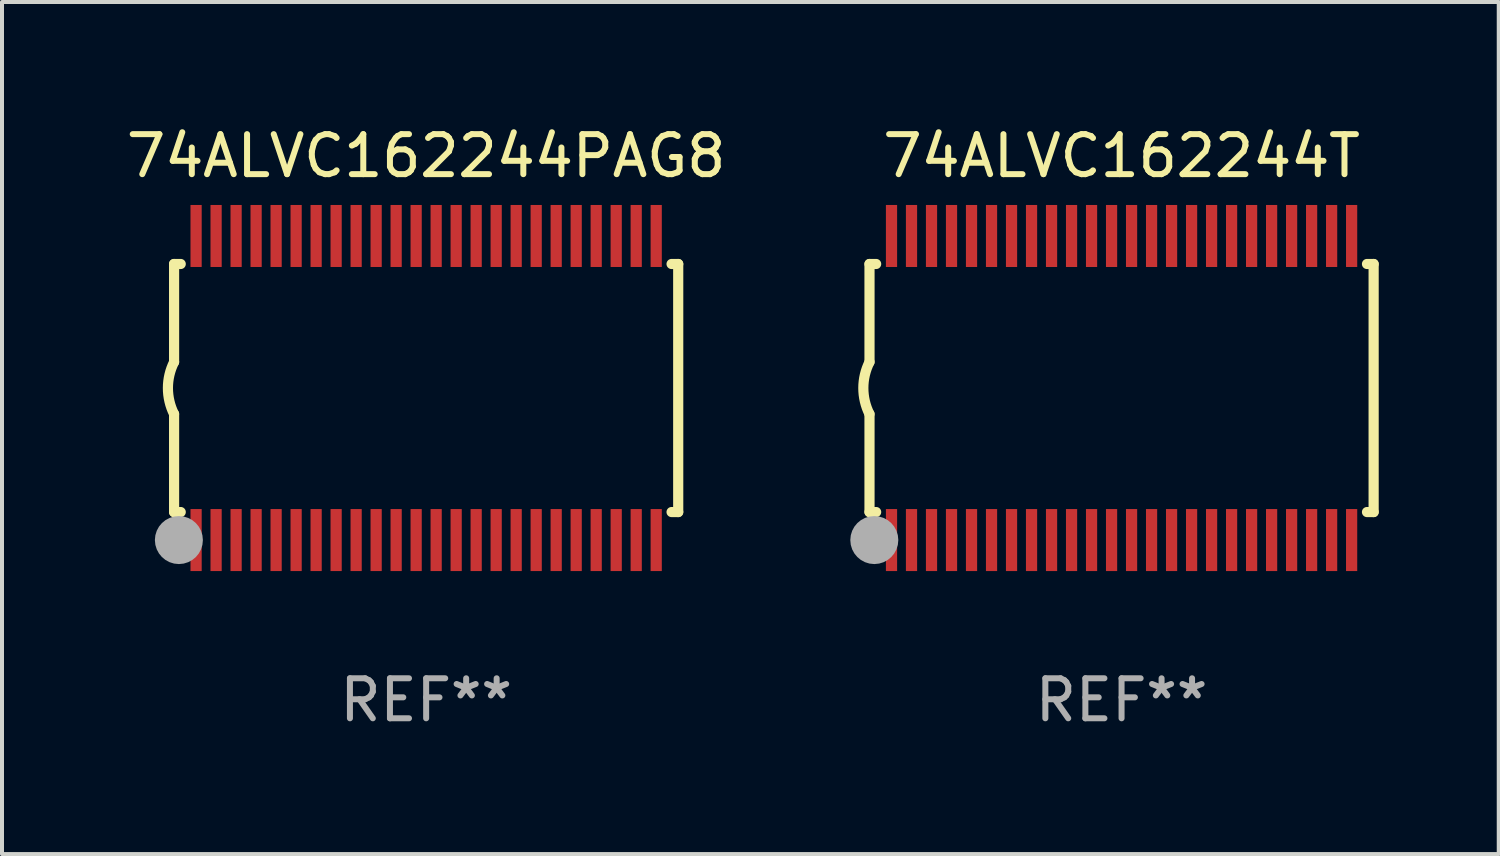
<source format=kicad_pcb>
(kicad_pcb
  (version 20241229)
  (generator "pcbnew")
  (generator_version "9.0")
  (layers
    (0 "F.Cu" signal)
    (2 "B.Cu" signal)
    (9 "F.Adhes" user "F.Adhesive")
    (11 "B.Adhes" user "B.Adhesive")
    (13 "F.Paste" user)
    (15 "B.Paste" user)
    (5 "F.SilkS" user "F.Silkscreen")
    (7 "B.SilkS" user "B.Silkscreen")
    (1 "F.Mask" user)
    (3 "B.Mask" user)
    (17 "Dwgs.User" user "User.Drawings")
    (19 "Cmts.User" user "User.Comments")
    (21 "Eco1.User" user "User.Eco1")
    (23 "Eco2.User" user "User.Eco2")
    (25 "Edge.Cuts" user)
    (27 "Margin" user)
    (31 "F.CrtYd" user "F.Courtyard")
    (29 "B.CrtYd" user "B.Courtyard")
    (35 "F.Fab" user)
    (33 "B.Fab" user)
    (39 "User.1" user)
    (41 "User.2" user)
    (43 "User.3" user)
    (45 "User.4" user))
  (footprint "74ALVC162244PAG8"
    (layer "F.Cu")
    (at 7.601 6.648)
    (property "Reference" "74ALVC162244PAG8" (at 0 -5.8 0) (layer "F.SilkS") (effects (font (size 1 1) (thickness 0.15))))
    (attr through_hole)
    (fp_line (start -6.3 -3.1) (end -6.3 -0.65) (stroke (width 0.254) (type solid)) (layer "F.SilkS"))
    (fp_line (start -6.3 -3.1) (end -6.134 -3.1) (stroke (width 0.254) (type solid)) (layer "F.SilkS"))
    (fp_line (start -6.3 3.1) (end -6.3 0.65) (stroke (width 0.254) (type solid)) (layer "F.SilkS"))
    (fp_line (start -6.3 3.1) (end -6.134 3.1) (stroke (width 0.254) (type solid)) (layer "F.SilkS"))
    (fp_line (start 6.134 -3.1) (end 6.3 -3.1) (stroke (width 0.254) (type solid)) (layer "F.SilkS"))
    (fp_line (start 6.134 3.1) (end 6.3 3.1) (stroke (width 0.254) (type solid)) (layer "F.SilkS"))
    (fp_line (start 6.3 -3.1) (end 6.3 3.1) (stroke (width 0.254) (type solid)) (layer "F.SilkS"))
    (fp_arc (start -6.301016 0.650114) (mid -6.45413 -0.000082) (end -6.3 -0.650038) (stroke (width 0.254001) (type solid)) (layer "F.SilkS"))
    (fp_circle (center -6.35 3.81) (end -6.223 3.81) (stroke (width 0.254) (type solid)) (fill no) (layer "F.SilkS"))
    (fp_circle (center -6.25 4.05) (end -6.22 4.05) (stroke (width 0.06) (type solid)) (fill no) (layer "F.SilkS"))
    (fp_circle (center -6.18 3.8) (end -5.88 3.8) (stroke (width 0.6) (type solid)) (fill no) (layer "F.Fab"))
    (fp_text user "REF**" (at 0 7.8 0) (layer "F.Fab") (effects (font (size 1 1) (thickness 0.15))))
    (pad "1" smd rect (at -5.75 3.8) (size 0.28 1.55) (layers "F.Cu" "F.Mask" "F.Paste"))
    (pad "2" smd rect (at -5.25 3.8) (size 0.28 1.55) (layers "F.Cu" "F.Mask" "F.Paste"))
    (pad "3" smd rect (at -4.75 3.8) (size 0.28 1.55) (layers "F.Cu" "F.Mask" "F.Paste"))
    (pad "4" smd rect (at -4.25 3.8) (size 0.28 1.55) (layers "F.Cu" "F.Mask" "F.Paste"))
    (pad "5" smd rect (at -3.75 3.8) (size 0.28 1.55) (layers "F.Cu" "F.Mask" "F.Paste"))
    (pad "6" smd rect (at -3.25 3.8) (size 0.28 1.55) (layers "F.Cu" "F.Mask" "F.Paste"))
    (pad "7" smd rect (at -2.75 3.8) (size 0.28 1.55) (layers "F.Cu" "F.Mask" "F.Paste"))
    (pad "8" smd rect (at -2.25 3.8) (size 0.28 1.55) (layers "F.Cu" "F.Mask" "F.Paste"))
    (pad "9" smd rect (at -1.75 3.8) (size 0.28 1.55) (layers "F.Cu" "F.Mask" "F.Paste"))
    (pad "10" smd rect (at -1.25 3.8) (size 0.28 1.55) (layers "F.Cu" "F.Mask" "F.Paste"))
    (pad "11" smd rect (at -0.75 3.8) (size 0.28 1.55) (layers "F.Cu" "F.Mask" "F.Paste"))
    (pad "12" smd rect (at -0.25 3.8) (size 0.28 1.55) (layers "F.Cu" "F.Mask" "F.Paste"))
    (pad "13" smd rect (at 0.25 3.8) (size 0.28 1.55) (layers "F.Cu" "F.Mask" "F.Paste"))
    (pad "14" smd rect (at 0.75 3.8) (size 0.28 1.55) (layers "F.Cu" "F.Mask" "F.Paste"))
    (pad "15" smd rect (at 1.25 3.8) (size 0.28 1.55) (layers "F.Cu" "F.Mask" "F.Paste"))
    (pad "16" smd rect (at 1.75 3.8) (size 0.28 1.55) (layers "F.Cu" "F.Mask" "F.Paste"))
    (pad "17" smd rect (at 2.25 3.8) (size 0.28 1.55) (layers "F.Cu" "F.Mask" "F.Paste"))
    (pad "18" smd rect (at 2.75 3.8) (size 0.28 1.55) (layers "F.Cu" "F.Mask" "F.Paste"))
    (pad "19" smd rect (at 3.25 3.8) (size 0.28 1.55) (layers "F.Cu" "F.Mask" "F.Paste"))
    (pad "20" smd rect (at 3.75 3.8) (size 0.28 1.55) (layers "F.Cu" "F.Mask" "F.Paste"))
    (pad "21" smd rect (at 4.25 3.8) (size 0.28 1.55) (layers "F.Cu" "F.Mask" "F.Paste"))
    (pad "22" smd rect (at 4.75 3.8) (size 0.28 1.55) (layers "F.Cu" "F.Mask" "F.Paste"))
    (pad "23" smd rect (at 5.25 3.8) (size 0.28 1.55) (layers "F.Cu" "F.Mask" "F.Paste"))
    (pad "24" smd rect (at 5.75 3.8) (size 0.28 1.55) (layers "F.Cu" "F.Mask" "F.Paste"))
    (pad "25" smd rect (at 5.75 -3.8) (size 0.28 1.55) (layers "F.Cu" "F.Mask" "F.Paste"))
    (pad "26" smd rect (at 5.25 -3.8) (size 0.28 1.55) (layers "F.Cu" "F.Mask" "F.Paste"))
    (pad "27" smd rect (at 4.75 -3.8) (size 0.28 1.55) (layers "F.Cu" "F.Mask" "F.Paste"))
    (pad "28" smd rect (at 4.25 -3.8) (size 0.28 1.55) (layers "F.Cu" "F.Mask" "F.Paste"))
    (pad "29" smd rect (at 3.75 -3.8) (size 0.28 1.55) (layers "F.Cu" "F.Mask" "F.Paste"))
    (pad "30" smd rect (at 3.25 -3.8) (size 0.28 1.55) (layers "F.Cu" "F.Mask" "F.Paste"))
    (pad "31" smd rect (at 2.75 -3.8) (size 0.28 1.55) (layers "F.Cu" "F.Mask" "F.Paste"))
    (pad "32" smd rect (at 2.25 -3.8) (size 0.28 1.55) (layers "F.Cu" "F.Mask" "F.Paste"))
    (pad "33" smd rect (at 1.75 -3.8) (size 0.28 1.55) (layers "F.Cu" "F.Mask" "F.Paste"))
    (pad "34" smd rect (at 1.25 -3.8) (size 0.28 1.55) (layers "F.Cu" "F.Mask" "F.Paste"))
    (pad "35" smd rect (at 0.75 -3.8) (size 0.28 1.55) (layers "F.Cu" "F.Mask" "F.Paste"))
    (pad "36" smd rect (at 0.25 -3.8) (size 0.28 1.55) (layers "F.Cu" "F.Mask" "F.Paste"))
    (pad "37" smd rect (at -0.25 -3.8) (size 0.28 1.55) (layers "F.Cu" "F.Mask" "F.Paste"))
    (pad "38" smd rect (at -0.75 -3.8) (size 0.28 1.55) (layers "F.Cu" "F.Mask" "F.Paste"))
    (pad "39" smd rect (at -1.25 -3.8) (size 0.28 1.55) (layers "F.Cu" "F.Mask" "F.Paste"))
    (pad "40" smd rect (at -1.75 -3.8) (size 0.28 1.55) (layers "F.Cu" "F.Mask" "F.Paste"))
    (pad "41" smd rect (at -2.25 -3.8) (size 0.28 1.55) (layers "F.Cu" "F.Mask" "F.Paste"))
    (pad "42" smd rect (at -2.75 -3.8) (size 0.28 1.55) (layers "F.Cu" "F.Mask" "F.Paste"))
    (pad "43" smd rect (at -3.25 -3.8) (size 0.28 1.55) (layers "F.Cu" "F.Mask" "F.Paste"))
    (pad "44" smd rect (at -3.75 -3.8) (size 0.28 1.55) (layers "F.Cu" "F.Mask" "F.Paste"))
    (pad "45" smd rect (at -4.25 -3.8) (size 0.28 1.55) (layers "F.Cu" "F.Mask" "F.Paste"))
    (pad "46" smd rect (at -4.75 -3.8) (size 0.28 1.55) (layers "F.Cu" "F.Mask" "F.Paste"))
    (pad "47" smd rect (at -5.25 -3.8) (size 0.28 1.55) (layers "F.Cu" "F.Mask" "F.Paste"))
    (pad "48" smd rect (at -5.75 -3.8) (size 0.28 1.55) (layers "F.Cu" "F.Mask" "F.Paste")))
  (footprint "74ALVC162244T"
    (layer "F.Cu")
    (at 24.982 6.648)
    (property "Reference" "74ALVC162244T" (at 0 -5.8 0) (layer "F.SilkS") (effects (font (size 1 1) (thickness 0.15))))
    (attr through_hole)
    (fp_line (start -6.3 -3.1) (end -6.3 -0.65) (stroke (width 0.254) (type solid)) (layer "F.SilkS"))
    (fp_line (start -6.3 -3.1) (end -6.134 -3.1) (stroke (width 0.254) (type solid)) (layer "F.SilkS"))
    (fp_line (start -6.3 3.1) (end -6.3 0.65) (stroke (width 0.254) (type solid)) (layer "F.SilkS"))
    (fp_line (start -6.3 3.1) (end -6.134 3.1) (stroke (width 0.254) (type solid)) (layer "F.SilkS"))
    (fp_line (start 6.134 -3.1) (end 6.3 -3.1) (stroke (width 0.254) (type solid)) (layer "F.SilkS"))
    (fp_line (start 6.134 3.1) (end 6.3 3.1) (stroke (width 0.254) (type solid)) (layer "F.SilkS"))
    (fp_line (start 6.3 -3.1) (end 6.3 3.1) (stroke (width 0.254) (type solid)) (layer "F.SilkS"))
    (fp_arc (start -6.301016 0.650114) (mid -6.45413 -0.000082) (end -6.3 -0.650038) (stroke (width 0.254001) (type solid)) (layer "F.SilkS"))
    (fp_circle (center -6.35 3.81) (end -6.223 3.81) (stroke (width 0.254) (type solid)) (fill no) (layer "F.SilkS"))
    (fp_circle (center -6.25 4.05) (end -6.22 4.05) (stroke (width 0.06) (type solid)) (fill no) (layer "F.SilkS"))
    (fp_circle (center -6.18 3.8) (end -5.88 3.8) (stroke (width 0.6) (type solid)) (fill no) (layer "F.Fab"))
    (fp_text user "REF**" (at 0 7.8 0) (layer "F.Fab") (effects (font (size 1 1) (thickness 0.15))))
    (pad "1" smd rect (at -5.75 3.8) (size 0.28 1.55) (layers "F.Cu" "F.Mask" "F.Paste"))
    (pad "2" smd rect (at -5.25 3.8) (size 0.28 1.55) (layers "F.Cu" "F.Mask" "F.Paste"))
    (pad "3" smd rect (at -4.75 3.8) (size 0.28 1.55) (layers "F.Cu" "F.Mask" "F.Paste"))
    (pad "4" smd rect (at -4.25 3.8) (size 0.28 1.55) (layers "F.Cu" "F.Mask" "F.Paste"))
    (pad "5" smd rect (at -3.75 3.8) (size 0.28 1.55) (layers "F.Cu" "F.Mask" "F.Paste"))
    (pad "6" smd rect (at -3.25 3.8) (size 0.28 1.55) (layers "F.Cu" "F.Mask" "F.Paste"))
    (pad "7" smd rect (at -2.75 3.8) (size 0.28 1.55) (layers "F.Cu" "F.Mask" "F.Paste"))
    (pad "8" smd rect (at -2.25 3.8) (size 0.28 1.55) (layers "F.Cu" "F.Mask" "F.Paste"))
    (pad "9" smd rect (at -1.75 3.8) (size 0.28 1.55) (layers "F.Cu" "F.Mask" "F.Paste"))
    (pad "10" smd rect (at -1.25 3.8) (size 0.28 1.55) (layers "F.Cu" "F.Mask" "F.Paste"))
    (pad "11" smd rect (at -0.75 3.8) (size 0.28 1.55) (layers "F.Cu" "F.Mask" "F.Paste"))
    (pad "12" smd rect (at -0.25 3.8) (size 0.28 1.55) (layers "F.Cu" "F.Mask" "F.Paste"))
    (pad "13" smd rect (at 0.25 3.8) (size 0.28 1.55) (layers "F.Cu" "F.Mask" "F.Paste"))
    (pad "14" smd rect (at 0.75 3.8) (size 0.28 1.55) (layers "F.Cu" "F.Mask" "F.Paste"))
    (pad "15" smd rect (at 1.25 3.8) (size 0.28 1.55) (layers "F.Cu" "F.Mask" "F.Paste"))
    (pad "16" smd rect (at 1.75 3.8) (size 0.28 1.55) (layers "F.Cu" "F.Mask" "F.Paste"))
    (pad "17" smd rect (at 2.25 3.8) (size 0.28 1.55) (layers "F.Cu" "F.Mask" "F.Paste"))
    (pad "18" smd rect (at 2.75 3.8) (size 0.28 1.55) (layers "F.Cu" "F.Mask" "F.Paste"))
    (pad "19" smd rect (at 3.25 3.8) (size 0.28 1.55) (layers "F.Cu" "F.Mask" "F.Paste"))
    (pad "20" smd rect (at 3.75 3.8) (size 0.28 1.55) (layers "F.Cu" "F.Mask" "F.Paste"))
    (pad "21" smd rect (at 4.25 3.8) (size 0.28 1.55) (layers "F.Cu" "F.Mask" "F.Paste"))
    (pad "22" smd rect (at 4.75 3.8) (size 0.28 1.55) (layers "F.Cu" "F.Mask" "F.Paste"))
    (pad "23" smd rect (at 5.25 3.8) (size 0.28 1.55) (layers "F.Cu" "F.Mask" "F.Paste"))
    (pad "24" smd rect (at 5.75 3.8) (size 0.28 1.55) (layers "F.Cu" "F.Mask" "F.Paste"))
    (pad "25" smd rect (at 5.75 -3.8) (size 0.28 1.55) (layers "F.Cu" "F.Mask" "F.Paste"))
    (pad "26" smd rect (at 5.25 -3.8) (size 0.28 1.55) (layers "F.Cu" "F.Mask" "F.Paste"))
    (pad "27" smd rect (at 4.75 -3.8) (size 0.28 1.55) (layers "F.Cu" "F.Mask" "F.Paste"))
    (pad "28" smd rect (at 4.25 -3.8) (size 0.28 1.55) (layers "F.Cu" "F.Mask" "F.Paste"))
    (pad "29" smd rect (at 3.75 -3.8) (size 0.28 1.55) (layers "F.Cu" "F.Mask" "F.Paste"))
    (pad "30" smd rect (at 3.25 -3.8) (size 0.28 1.55) (layers "F.Cu" "F.Mask" "F.Paste"))
    (pad "31" smd rect (at 2.75 -3.8) (size 0.28 1.55) (layers "F.Cu" "F.Mask" "F.Paste"))
    (pad "32" smd rect (at 2.25 -3.8) (size 0.28 1.55) (layers "F.Cu" "F.Mask" "F.Paste"))
    (pad "33" smd rect (at 1.75 -3.8) (size 0.28 1.55) (layers "F.Cu" "F.Mask" "F.Paste"))
    (pad "34" smd rect (at 1.25 -3.8) (size 0.28 1.55) (layers "F.Cu" "F.Mask" "F.Paste"))
    (pad "35" smd rect (at 0.75 -3.8) (size 0.28 1.55) (layers "F.Cu" "F.Mask" "F.Paste"))
    (pad "36" smd rect (at 0.25 -3.8) (size 0.28 1.55) (layers "F.Cu" "F.Mask" "F.Paste"))
    (pad "37" smd rect (at -0.25 -3.8) (size 0.28 1.55) (layers "F.Cu" "F.Mask" "F.Paste"))
    (pad "38" smd rect (at -0.75 -3.8) (size 0.28 1.55) (layers "F.Cu" "F.Mask" "F.Paste"))
    (pad "39" smd rect (at -1.25 -3.8) (size 0.28 1.55) (layers "F.Cu" "F.Mask" "F.Paste"))
    (pad "40" smd rect (at -1.75 -3.8) (size 0.28 1.55) (layers "F.Cu" "F.Mask" "F.Paste"))
    (pad "41" smd rect (at -2.25 -3.8) (size 0.28 1.55) (layers "F.Cu" "F.Mask" "F.Paste"))
    (pad "42" smd rect (at -2.75 -3.8) (size 0.28 1.55) (layers "F.Cu" "F.Mask" "F.Paste"))
    (pad "43" smd rect (at -3.25 -3.8) (size 0.28 1.55) (layers "F.Cu" "F.Mask" "F.Paste"))
    (pad "44" smd rect (at -3.75 -3.8) (size 0.28 1.55) (layers "F.Cu" "F.Mask" "F.Paste"))
    (pad "45" smd rect (at -4.25 -3.8) (size 0.28 1.55) (layers "F.Cu" "F.Mask" "F.Paste"))
    (pad "46" smd rect (at -4.75 -3.8) (size 0.28 1.55) (layers "F.Cu" "F.Mask" "F.Paste"))
    (pad "47" smd rect (at -5.25 -3.8) (size 0.28 1.55) (layers "F.Cu" "F.Mask" "F.Paste"))
    (pad "48" smd rect (at -5.75 -3.8) (size 0.28 1.55) (layers "F.Cu" "F.Mask" "F.Paste")))
  (gr_rect
    (start -3 -3)
    (end 34.409 18.296)
    (stroke (width 0.1) (type default))
    (fill no)
    (layer "Edge.Cuts")))
</source>
